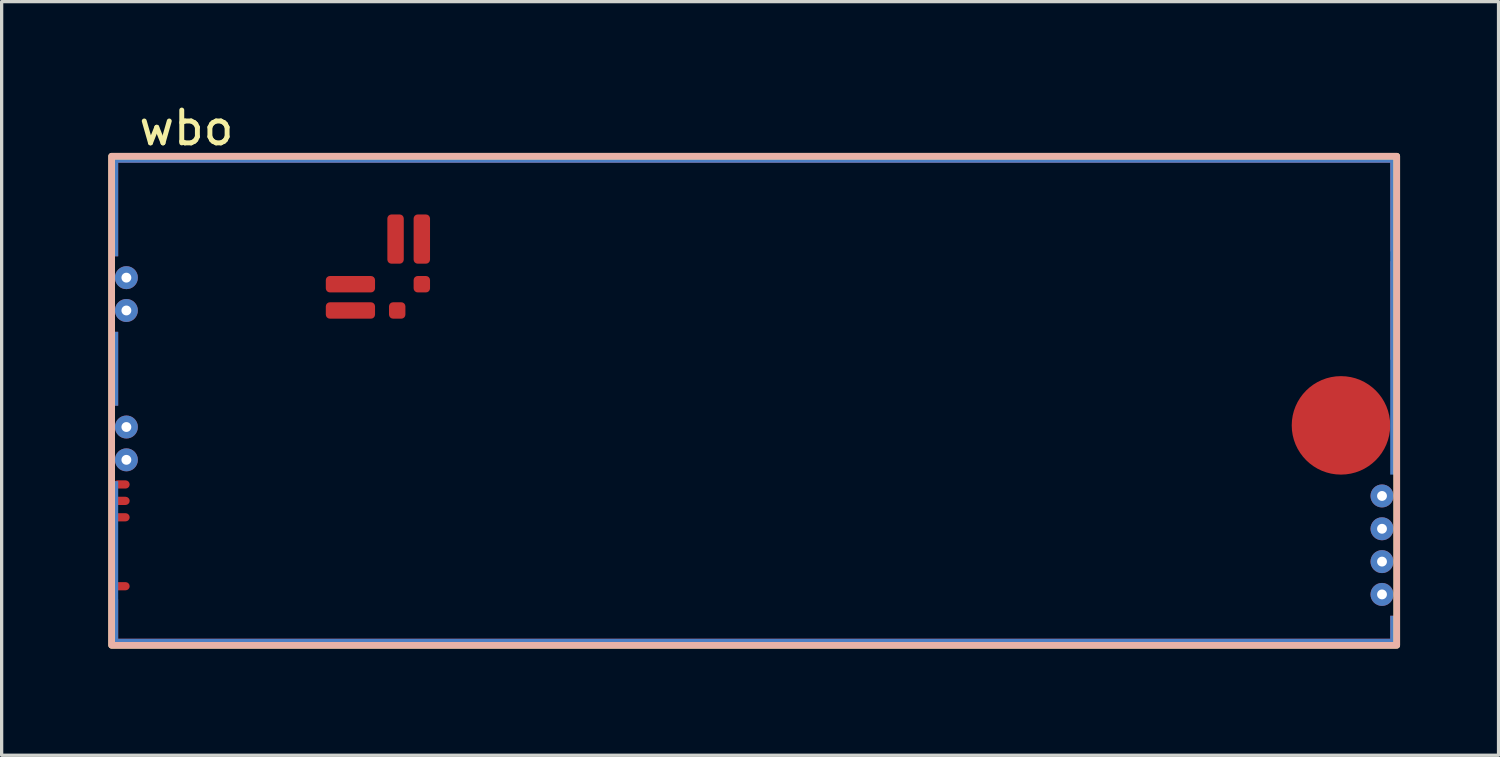
<source format=kicad_pcb>
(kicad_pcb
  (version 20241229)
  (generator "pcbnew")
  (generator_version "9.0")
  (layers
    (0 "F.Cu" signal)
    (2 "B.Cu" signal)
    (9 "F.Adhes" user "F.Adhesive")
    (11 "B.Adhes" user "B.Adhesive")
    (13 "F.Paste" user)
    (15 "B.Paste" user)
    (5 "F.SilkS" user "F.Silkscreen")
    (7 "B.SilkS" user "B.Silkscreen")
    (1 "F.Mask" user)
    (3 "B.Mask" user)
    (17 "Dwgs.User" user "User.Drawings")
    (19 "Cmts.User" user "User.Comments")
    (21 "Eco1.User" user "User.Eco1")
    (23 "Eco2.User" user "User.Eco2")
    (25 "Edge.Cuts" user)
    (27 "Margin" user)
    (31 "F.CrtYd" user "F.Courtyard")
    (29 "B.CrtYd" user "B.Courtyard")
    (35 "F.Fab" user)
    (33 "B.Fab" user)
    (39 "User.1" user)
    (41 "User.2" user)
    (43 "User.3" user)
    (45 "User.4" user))
  (footprint "wbo"
    (layer "F.Cu")
    (at 0.25 16.708)
    (property "Reference" "wbo" (at 2.38 -15.86 0) (unlocked yes) (layer "F.SilkS") (effects (font (size 1 1) (thickness 0.15))))
    (fp_rect (start 39.25 -15) (end 0.1 -0.1) (stroke (width 0.2) (type solid)) (fill no) (layer "F.SilkS"))
    (fp_rect (start 39.25 -15) (end 0.1 -0.1) (stroke (width 0.2) (type solid)) (fill no) (layer "B.SilkS"))
    (pad "E1" thru_hole circle (at 38.8 -1.65 90) (size 0.7 0.7) (drill 0.3) (layers "*.Cu"))
    (pad "E2" thru_hole circle (at 38.8 -2.65 90) (size 0.7 0.7) (drill 0.3) (layers "*.Cu"))
    (pad "E3" thru_hole circle (at 38.8 -3.65 90) (size 0.7 0.7) (drill 0.3) (layers "*.Cu"))
    (pad "E4" thru_hole circle (at 38.8 -4.65 90) (size 0.7 0.7) (drill 0.3) (layers "*.Cu"))
    (pad "E5" smd circle (at 37.55 -6.8) (size 3 3) (layers "F.Cu"))
    (pad "E6" smd rect (at 39.175 -10.3) (size 0.25 3) (layers "F.Cu"))
    (pad "G" smd rect (at 0.175 -13.5) (size 0.25 3.1) (layers "F.Cu"))
    (pad "G" smd rect (at 0.175 -13.5) (size 0.25 3.1) (layers "B.Cu"))
    (pad "G" smd rect (at 0.175 -8.525) (size 0.25 2.25) (layers "F.Cu"))
    (pad "G" smd rect (at 0.175 -8.525) (size 0.25 2.25) (layers "B.Cu"))
    (pad "G" smd rect (at 0.175 -2.575) (size 0.25 5.05) (layers "B.Cu"))
    (pad "G" smd rect (at 0.175 -0.775) (size 0.25 1.45) (layers "F.Cu"))
    (pad "G" smd rect (at 19.675 -14.925 90) (size 0.25 39.25) (layers "F.Cu"))
    (pad "G" smd rect (at 19.675 -14.925 90) (size 0.25 39.25) (layers "B.Cu"))
    (pad "G" smd rect (at 19.675 -0.175 90) (size 0.25 39.25) (layers "F.Cu"))
    (pad "G" smd rect (at 19.675 -0.175 90) (size 0.25 39.25) (layers "B.Cu"))
    (pad "G" smd rect (at 39.175 -13.575) (size 0.25 2.95) (layers "F.Cu"))
    (pad "G" smd rect (at 39.175 -10.175) (size 0.25 9.75) (layers "B.Cu"))
    (pad "G" smd rect (at 39.175 -0.525) (size 0.25 0.95) (layers "F.Cu"))
    (pad "G" smd rect (at 39.175 -0.525) (size 0.25 0.95) (layers "B.Cu"))
    (pad "J1" smd roundrect (at 9.55 -12.475 180) (size 0.5 1.5) (layers "F.Cu") (roundrect_rratio 0.25))
    (pad "J2" smd roundrect (at 7.375 -10.3 180) (size 1.5 0.5) (layers "F.Cu") (roundrect_rratio 0.25))
    (pad "J_GND1" smd roundrect (at 8.75 -12.475 180) (size 0.5 1.5) (layers "F.Cu") (roundrect_rratio 0.25))
    (pad "J_GND2" smd roundrect (at 8.8 -10.3 270) (size 0.5 0.5) (layers "F.Cu") (roundrect_rratio 0.25))
    (pad "J_VCC1" smd roundrect (at 9.55 -11.1 180) (size 0.5 0.5) (layers "F.Cu") (roundrect_rratio 0.25))
    (pad "J_VCC2" smd roundrect (at 7.375 -11.1 180) (size 1.5 0.5) (layers "F.Cu") (roundrect_rratio 0.25))
    (pad "W1" thru_hole circle (at 0.55 -11.3 90) (size 0.7 0.7) (drill 0.3) (layers "*.Cu"))
    (pad "W2" thru_hole circle (at 0.55 -10.3 90) (size 0.7 0.7) (drill 0.3) (layers "*.Cu"))
    (pad "W3" thru_hole circle (at 0.55 -6.75 90) (size 0.7 0.7) (drill 0.3) (layers "*.Cu"))
    (pad "W4" thru_hole circle (at 0.55 -5.75 90) (size 0.7 0.7) (drill 0.3) (layers "*.Cu"))
    (pad "W5" smd roundrect (at 0.4 -5) (size 0.5 0.25) (layers "F.Cu") (roundrect_rratio 0.5))
    (pad "W6" smd roundrect (at 0.4 -4.5) (size 0.5 0.25) (layers "F.Cu") (roundrect_rratio 0.5))
    (pad "W7" smd roundrect (at 0.4 -4) (size 0.5 0.25) (layers "F.Cu") (roundrect_rratio 0.5))
    (pad "W8" smd roundrect (at 0.4 -1.9) (size 0.5 0.25) (layers "F.Cu") (roundrect_rratio 0.5))
    (zone (net_name "") (layers "F.Cu" "B.Cu") (hatch edge 0.508) (connect_pads) (min_thickness 0.254) (filled_areas_thickness no) (keepout (tracks allowed) (vias allowed) (pads allowed) (copperpour not_allowed) (footprints allowed)) (placement (enabled no)) (fill) (polygon (pts (xy 39.425 16.533) (xy 0.425 16.508) (xy 0.425 1.783) (xy 39.425 1.783)))))
  (gr_rect
    (start -3 -3)
    (end 42.6 19.958)
    (stroke (width 0.1) (type default))
    (fill no)
    (layer "Edge.Cuts")))
</source>
